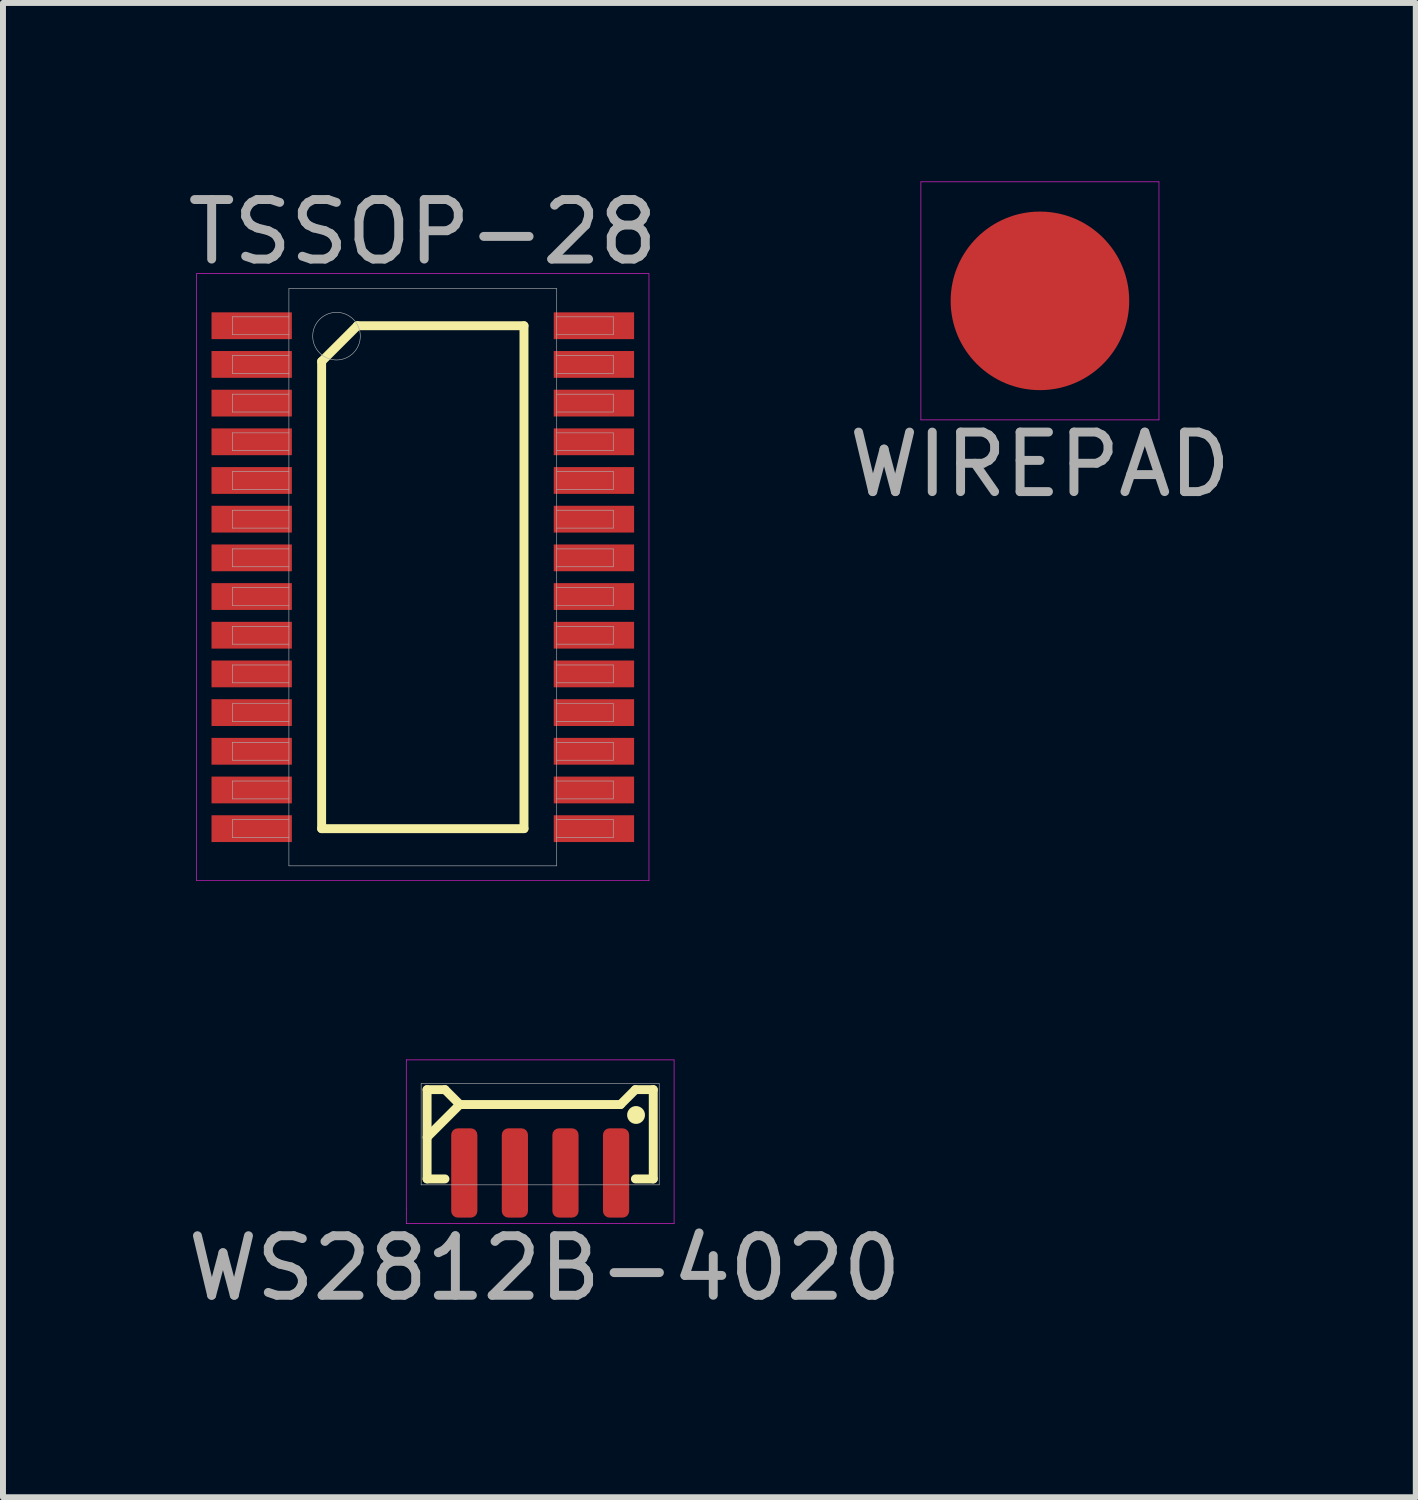
<source format=kicad_pcb>
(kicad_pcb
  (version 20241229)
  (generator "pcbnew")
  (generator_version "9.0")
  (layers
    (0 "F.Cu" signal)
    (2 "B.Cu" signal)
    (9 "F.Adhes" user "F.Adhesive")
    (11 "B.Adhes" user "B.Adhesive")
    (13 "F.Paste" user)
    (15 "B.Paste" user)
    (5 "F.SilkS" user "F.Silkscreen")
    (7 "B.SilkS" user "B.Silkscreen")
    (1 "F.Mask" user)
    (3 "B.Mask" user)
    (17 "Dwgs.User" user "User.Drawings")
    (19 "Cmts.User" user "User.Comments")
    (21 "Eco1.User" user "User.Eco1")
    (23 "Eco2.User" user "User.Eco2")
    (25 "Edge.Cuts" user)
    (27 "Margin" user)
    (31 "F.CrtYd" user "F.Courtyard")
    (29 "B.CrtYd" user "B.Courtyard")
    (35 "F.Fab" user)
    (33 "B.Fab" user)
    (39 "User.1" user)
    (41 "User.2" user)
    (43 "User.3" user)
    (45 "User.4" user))
  (footprint "TSSOP-28"
    (layer "F.Cu")
    (at 4.054 6.648)
    (property "Reference" "TSSOP-28" (at 0 -5.8 0) (layer "F.Fab") (effects (font (size 1 1) (thickness 0.15))))
    (attr through_hole)
    (fp_line (start -1.7 -3.625) (end -1.1 -4.225) (stroke (width 0.15) (type solid)) (layer "F.SilkS"))
    (fp_line (start -1.7 4.225) (end -1.7 -3.625) (stroke (width 0.15) (type solid)) (layer "F.SilkS"))
    (fp_line (start -1.1 -4.225) (end 1.7 -4.225) (stroke (width 0.15) (type solid)) (layer "F.SilkS"))
    (fp_line (start 1.7 -4.225) (end 1.7 4.225) (stroke (width 0.15) (type solid)) (layer "F.SilkS"))
    (fp_line (start 1.7 4.225) (end -1.7 4.225) (stroke (width 0.15) (type solid)) (layer "F.SilkS"))
    (fp_line (start -3.8 -5.1) (end 3.8 -5.1) (stroke (width 0.01) (type solid)) (layer "F.CrtYd"))
    (fp_line (start -3.8 5.1) (end -3.8 -5.1) (stroke (width 0.01) (type solid)) (layer "F.CrtYd"))
    (fp_line (start 3.8 -5.1) (end 3.8 5.1) (stroke (width 0.01) (type solid)) (layer "F.CrtYd"))
    (fp_line (start 3.8 5.1) (end -3.8 5.1) (stroke (width 0.01) (type solid)) (layer "F.CrtYd"))
    (fp_line (start -3.2 -4.375) (end -2.25 -4.375) (stroke (width 0.01) (type solid)) (layer "F.Fab"))
    (fp_line (start -3.2 -4.075) (end -3.2 -4.375) (stroke (width 0.01) (type solid)) (layer "F.Fab"))
    (fp_line (start -3.2 -3.725) (end -2.25 -3.725) (stroke (width 0.01) (type solid)) (layer "F.Fab"))
    (fp_line (start -3.2 -3.425) (end -3.2 -3.725) (stroke (width 0.01) (type solid)) (layer "F.Fab"))
    (fp_line (start -3.2 -3.075) (end -2.25 -3.075) (stroke (width 0.01) (type solid)) (layer "F.Fab"))
    (fp_line (start -3.2 -2.775) (end -3.2 -3.075) (stroke (width 0.01) (type solid)) (layer "F.Fab"))
    (fp_line (start -3.2 -2.425) (end -2.25 -2.425) (stroke (width 0.01) (type solid)) (layer "F.Fab"))
    (fp_line (start -3.2 -2.125) (end -3.2 -2.425) (stroke (width 0.01) (type solid)) (layer "F.Fab"))
    (fp_line (start -3.2 -1.775) (end -2.25 -1.775) (stroke (width 0.01) (type solid)) (layer "F.Fab"))
    (fp_line (start -3.2 -1.475) (end -3.2 -1.775) (stroke (width 0.01) (type solid)) (layer "F.Fab"))
    (fp_line (start -3.2 -1.125) (end -2.25 -1.125) (stroke (width 0.01) (type solid)) (layer "F.Fab"))
    (fp_line (start -3.2 -0.825) (end -3.2 -1.125) (stroke (width 0.01) (type solid)) (layer "F.Fab"))
    (fp_line (start -3.2 -0.475) (end -2.25 -0.475) (stroke (width 0.01) (type solid)) (layer "F.Fab"))
    (fp_line (start -3.2 -0.175) (end -3.2 -0.475) (stroke (width 0.01) (type solid)) (layer "F.Fab"))
    (fp_line (start -3.2 0.175) (end -2.25 0.175) (stroke (width 0.01) (type solid)) (layer "F.Fab"))
    (fp_line (start -3.2 0.475) (end -3.2 0.175) (stroke (width 0.01) (type solid)) (layer "F.Fab"))
    (fp_line (start -3.2 0.825) (end -2.25 0.825) (stroke (width 0.01) (type solid)) (layer "F.Fab"))
    (fp_line (start -3.2 1.125) (end -3.2 0.825) (stroke (width 0.01) (type solid)) (layer "F.Fab"))
    (fp_line (start -3.2 1.475) (end -2.25 1.475) (stroke (width 0.01) (type solid)) (layer "F.Fab"))
    (fp_line (start -3.2 1.775) (end -3.2 1.475) (stroke (width 0.01) (type solid)) (layer "F.Fab"))
    (fp_line (start -3.2 2.125) (end -2.25 2.125) (stroke (width 0.01) (type solid)) (layer "F.Fab"))
    (fp_line (start -3.2 2.425) (end -3.2 2.125) (stroke (width 0.01) (type solid)) (layer "F.Fab"))
    (fp_line (start -3.2 2.775) (end -2.25 2.775) (stroke (width 0.01) (type solid)) (layer "F.Fab"))
    (fp_line (start -3.2 3.075) (end -3.2 2.775) (stroke (width 0.01) (type solid)) (layer "F.Fab"))
    (fp_line (start -3.2 3.425) (end -2.25 3.425) (stroke (width 0.01) (type solid)) (layer "F.Fab"))
    (fp_line (start -3.2 3.725) (end -3.2 3.425) (stroke (width 0.01) (type solid)) (layer "F.Fab"))
    (fp_line (start -3.2 4.075) (end -2.25 4.075) (stroke (width 0.01) (type solid)) (layer "F.Fab"))
    (fp_line (start -3.2 4.375) (end -3.2 4.075) (stroke (width 0.01) (type solid)) (layer "F.Fab"))
    (fp_line (start -2.25 -4.85) (end 2.25 -4.85) (stroke (width 0.01) (type solid)) (layer "F.Fab"))
    (fp_line (start -2.25 -4.075) (end -3.2 -4.075) (stroke (width 0.01) (type solid)) (layer "F.Fab"))
    (fp_line (start -2.25 -3.425) (end -3.2 -3.425) (stroke (width 0.01) (type solid)) (layer "F.Fab"))
    (fp_line (start -2.25 -2.775) (end -3.2 -2.775) (stroke (width 0.01) (type solid)) (layer "F.Fab"))
    (fp_line (start -2.25 -2.125) (end -3.2 -2.125) (stroke (width 0.01) (type solid)) (layer "F.Fab"))
    (fp_line (start -2.25 -1.475) (end -3.2 -1.475) (stroke (width 0.01) (type solid)) (layer "F.Fab"))
    (fp_line (start -2.25 -0.825) (end -3.2 -0.825) (stroke (width 0.01) (type solid)) (layer "F.Fab"))
    (fp_line (start -2.25 -0.175) (end -3.2 -0.175) (stroke (width 0.01) (type solid)) (layer "F.Fab"))
    (fp_line (start -2.25 0.475) (end -3.2 0.475) (stroke (width 0.01) (type solid)) (layer "F.Fab"))
    (fp_line (start -2.25 1.125) (end -3.2 1.125) (stroke (width 0.01) (type solid)) (layer "F.Fab"))
    (fp_line (start -2.25 1.775) (end -3.2 1.775) (stroke (width 0.01) (type solid)) (layer "F.Fab"))
    (fp_line (start -2.25 2.425) (end -3.2 2.425) (stroke (width 0.01) (type solid)) (layer "F.Fab"))
    (fp_line (start -2.25 3.075) (end -3.2 3.075) (stroke (width 0.01) (type solid)) (layer "F.Fab"))
    (fp_line (start -2.25 3.725) (end -3.2 3.725) (stroke (width 0.01) (type solid)) (layer "F.Fab"))
    (fp_line (start -2.25 4.375) (end -3.2 4.375) (stroke (width 0.01) (type solid)) (layer "F.Fab"))
    (fp_line (start -2.25 4.85) (end -2.25 -4.85) (stroke (width 0.01) (type solid)) (layer "F.Fab"))
    (fp_line (start 2.25 -4.85) (end 2.25 4.85) (stroke (width 0.01) (type solid)) (layer "F.Fab"))
    (fp_line (start 2.25 -4.375) (end 3.2 -4.375) (stroke (width 0.01) (type solid)) (layer "F.Fab"))
    (fp_line (start 2.25 -3.725) (end 3.2 -3.725) (stroke (width 0.01) (type solid)) (layer "F.Fab"))
    (fp_line (start 2.25 -3.075) (end 3.2 -3.075) (stroke (width 0.01) (type solid)) (layer "F.Fab"))
    (fp_line (start 2.25 -2.425) (end 3.2 -2.425) (stroke (width 0.01) (type solid)) (layer "F.Fab"))
    (fp_line (start 2.25 -1.775) (end 3.2 -1.775) (stroke (width 0.01) (type solid)) (layer "F.Fab"))
    (fp_line (start 2.25 -1.125) (end 3.2 -1.125) (stroke (width 0.01) (type solid)) (layer "F.Fab"))
    (fp_line (start 2.25 -0.475) (end 3.2 -0.475) (stroke (width 0.01) (type solid)) (layer "F.Fab"))
    (fp_line (start 2.25 0.175) (end 3.2 0.175) (stroke (width 0.01) (type solid)) (layer "F.Fab"))
    (fp_line (start 2.25 0.825) (end 3.2 0.825) (stroke (width 0.01) (type solid)) (layer "F.Fab"))
    (fp_line (start 2.25 1.475) (end 3.2 1.475) (stroke (width 0.01) (type solid)) (layer "F.Fab"))
    (fp_line (start 2.25 2.125) (end 3.2 2.125) (stroke (width 0.01) (type solid)) (layer "F.Fab"))
    (fp_line (start 2.25 2.775) (end 3.2 2.775) (stroke (width 0.01) (type solid)) (layer "F.Fab"))
    (fp_line (start 2.25 3.425) (end 3.2 3.425) (stroke (width 0.01) (type solid)) (layer "F.Fab"))
    (fp_line (start 2.25 4.075) (end 3.2 4.075) (stroke (width 0.01) (type solid)) (layer "F.Fab"))
    (fp_line (start 2.25 4.85) (end -2.25 4.85) (stroke (width 0.01) (type solid)) (layer "F.Fab"))
    (fp_line (start 3.2 -4.375) (end 3.2 -4.075) (stroke (width 0.01) (type solid)) (layer "F.Fab"))
    (fp_line (start 3.2 -4.075) (end 2.25 -4.075) (stroke (width 0.01) (type solid)) (layer "F.Fab"))
    (fp_line (start 3.2 -3.725) (end 3.2 -3.425) (stroke (width 0.01) (type solid)) (layer "F.Fab"))
    (fp_line (start 3.2 -3.425) (end 2.25 -3.425) (stroke (width 0.01) (type solid)) (layer "F.Fab"))
    (fp_line (start 3.2 -3.075) (end 3.2 -2.775) (stroke (width 0.01) (type solid)) (layer "F.Fab"))
    (fp_line (start 3.2 -2.775) (end 2.25 -2.775) (stroke (width 0.01) (type solid)) (layer "F.Fab"))
    (fp_line (start 3.2 -2.425) (end 3.2 -2.125) (stroke (width 0.01) (type solid)) (layer "F.Fab"))
    (fp_line (start 3.2 -2.125) (end 2.25 -2.125) (stroke (width 0.01) (type solid)) (layer "F.Fab"))
    (fp_line (start 3.2 -1.775) (end 3.2 -1.475) (stroke (width 0.01) (type solid)) (layer "F.Fab"))
    (fp_line (start 3.2 -1.475) (end 2.25 -1.475) (stroke (width 0.01) (type solid)) (layer "F.Fab"))
    (fp_line (start 3.2 -1.125) (end 3.2 -0.825) (stroke (width 0.01) (type solid)) (layer "F.Fab"))
    (fp_line (start 3.2 -0.825) (end 2.25 -0.825) (stroke (width 0.01) (type solid)) (layer "F.Fab"))
    (fp_line (start 3.2 -0.475) (end 3.2 -0.175) (stroke (width 0.01) (type solid)) (layer "F.Fab"))
    (fp_line (start 3.2 -0.175) (end 2.25 -0.175) (stroke (width 0.01) (type solid)) (layer "F.Fab"))
    (fp_line (start 3.2 0.175) (end 3.2 0.475) (stroke (width 0.01) (type solid)) (layer "F.Fab"))
    (fp_line (start 3.2 0.475) (end 2.25 0.475) (stroke (width 0.01) (type solid)) (layer "F.Fab"))
    (fp_line (start 3.2 0.825) (end 3.2 1.125) (stroke (width 0.01) (type solid)) (layer "F.Fab"))
    (fp_line (start 3.2 1.125) (end 2.25 1.125) (stroke (width 0.01) (type solid)) (layer "F.Fab"))
    (fp_line (start 3.2 1.475) (end 3.2 1.775) (stroke (width 0.01) (type solid)) (layer "F.Fab"))
    (fp_line (start 3.2 1.775) (end 2.25 1.775) (stroke (width 0.01) (type solid)) (layer "F.Fab"))
    (fp_line (start 3.2 2.125) (end 3.2 2.425) (stroke (width 0.01) (type solid)) (layer "F.Fab"))
    (fp_line (start 3.2 2.425) (end 2.25 2.425) (stroke (width 0.01) (type solid)) (layer "F.Fab"))
    (fp_line (start 3.2 2.775) (end 3.2 3.075) (stroke (width 0.01) (type solid)) (layer "F.Fab"))
    (fp_line (start 3.2 3.075) (end 2.25 3.075) (stroke (width 0.01) (type solid)) (layer "F.Fab"))
    (fp_line (start 3.2 3.425) (end 3.2 3.725) (stroke (width 0.01) (type solid)) (layer "F.Fab"))
    (fp_line (start 3.2 3.725) (end 2.25 3.725) (stroke (width 0.01) (type solid)) (layer "F.Fab"))
    (fp_line (start 3.2 4.075) (end 3.2 4.375) (stroke (width 0.01) (type solid)) (layer "F.Fab"))
    (fp_line (start 3.2 4.375) (end 2.25 4.375) (stroke (width 0.01) (type solid)) (layer "F.Fab"))
    (fp_circle (center -1.45 -4.05) (end -1.45 -3.65) (stroke (width 0.01) (type solid)) (fill no) (layer "F.Fab"))
    (pad "1" smd rect (at -2.875 -4.225) (size 1.35 0.45) (layers "F.Cu" "F.Mask" "F.Paste"))
    (pad "2" smd rect (at -2.875 -3.575) (size 1.35 0.45) (layers "F.Cu" "F.Mask" "F.Paste"))
    (pad "3" smd rect (at -2.875 -2.925) (size 1.35 0.45) (layers "F.Cu" "F.Mask" "F.Paste"))
    (pad "4" smd rect (at -2.875 -2.275) (size 1.35 0.45) (layers "F.Cu" "F.Mask" "F.Paste"))
    (pad "5" smd rect (at -2.875 -1.625) (size 1.35 0.45) (layers "F.Cu" "F.Mask" "F.Paste"))
    (pad "6" smd rect (at -2.875 -0.975) (size 1.35 0.45) (layers "F.Cu" "F.Mask" "F.Paste"))
    (pad "7" smd rect (at -2.875 -0.325) (size 1.35 0.45) (layers "F.Cu" "F.Mask" "F.Paste"))
    (pad "8" smd rect (at -2.875 0.325) (size 1.35 0.45) (layers "F.Cu" "F.Mask" "F.Paste"))
    (pad "9" smd rect (at -2.875 0.975) (size 1.35 0.45) (layers "F.Cu" "F.Mask" "F.Paste"))
    (pad "10" smd rect (at -2.875 1.625) (size 1.35 0.45) (layers "F.Cu" "F.Mask" "F.Paste"))
    (pad "11" smd rect (at -2.875 2.275) (size 1.35 0.45) (layers "F.Cu" "F.Mask" "F.Paste"))
    (pad "12" smd rect (at -2.875 2.925) (size 1.35 0.45) (layers "F.Cu" "F.Mask" "F.Paste"))
    (pad "13" smd rect (at -2.875 3.575) (size 1.35 0.45) (layers "F.Cu" "F.Mask" "F.Paste"))
    (pad "14" smd rect (at -2.875 4.225) (size 1.35 0.45) (layers "F.Cu" "F.Mask" "F.Paste"))
    (pad "15" smd rect (at 2.875 4.225) (size 1.35 0.45) (layers "F.Cu" "F.Mask" "F.Paste"))
    (pad "16" smd rect (at 2.875 3.575) (size 1.35 0.45) (layers "F.Cu" "F.Mask" "F.Paste"))
    (pad "17" smd rect (at 2.875 2.925) (size 1.35 0.45) (layers "F.Cu" "F.Mask" "F.Paste"))
    (pad "18" smd rect (at 2.875 2.275) (size 1.35 0.45) (layers "F.Cu" "F.Mask" "F.Paste"))
    (pad "19" smd rect (at 2.875 1.625) (size 1.35 0.45) (layers "F.Cu" "F.Mask" "F.Paste"))
    (pad "20" smd rect (at 2.875 0.975) (size 1.35 0.45) (layers "F.Cu" "F.Mask" "F.Paste"))
    (pad "21" smd rect (at 2.875 0.325) (size 1.35 0.45) (layers "F.Cu" "F.Mask" "F.Paste"))
    (pad "22" smd rect (at 2.875 -0.325) (size 1.35 0.45) (layers "F.Cu" "F.Mask" "F.Paste"))
    (pad "23" smd rect (at 2.875 -0.975) (size 1.35 0.45) (layers "F.Cu" "F.Mask" "F.Paste"))
    (pad "24" smd rect (at 2.875 -1.625) (size 1.35 0.45) (layers "F.Cu" "F.Mask" "F.Paste"))
    (pad "25" smd rect (at 2.875 -2.275) (size 1.35 0.45) (layers "F.Cu" "F.Mask" "F.Paste"))
    (pad "26" smd rect (at 2.875 -2.925) (size 1.35 0.45) (layers "F.Cu" "F.Mask" "F.Paste"))
    (pad "27" smd rect (at 2.875 -3.575) (size 1.35 0.45) (layers "F.Cu" "F.Mask" "F.Paste"))
    (pad "28" smd rect (at 2.875 -4.225) (size 1.35 0.45) (layers "F.Cu" "F.Mask" "F.Paste")))
  (footprint "WIREPAD"
    (layer "F.Cu")
    (at 14.423 2.005)
    (property "Reference" "WIREPAD" (at 0 2.75 0) (layer "F.Fab") (effects (font (size 1 1) (thickness 0.15))))
    (attr through_hole)
    (fp_line (start -2 -2) (end 2 -2) (stroke (width 0.01) (type solid)) (layer "F.CrtYd"))
    (fp_line (start -2 2) (end -2 -2) (stroke (width 0.01) (type solid)) (layer "F.CrtYd"))
    (fp_line (start 2 -2) (end 2 2) (stroke (width 0.01) (type solid)) (layer "F.CrtYd"))
    (fp_line (start 2 2) (end -2 2) (stroke (width 0.01) (type solid)) (layer "F.CrtYd"))
    (pad "1" smd circle (at 0 0) (size 3 3) (layers "F.Cu" "F.Mask")))
  (footprint "WS2812B-4020"
    (layer "F.Cu")
    (at 6.026 16.008)
    (property "Reference" "WS2812B-4020" (at 0.075 2.25 0) (layer "F.Fab") (effects (font (size 1 1) (thickness 0.15))))
    (attr through_hole)
    (fp_line (start -1.9 -0.75) (end -1.6 -0.75) (stroke (width 0.15) (type solid)) (layer "F.SilkS"))
    (fp_line (start -1.9 0.75) (end -1.9 -0.75) (stroke (width 0.15) (type solid)) (layer "F.SilkS"))
    (fp_line (start -1.9 0.75) (end -1.6 0.75) (stroke (width 0.15) (type solid)) (layer "F.SilkS"))
    (fp_line (start -1.6 -0.75) (end -1.35 -0.5) (stroke (width 0.15) (type solid)) (layer "F.SilkS"))
    (fp_line (start -1.35 -0.5) (end -1.9 0.05) (stroke (width 0.15) (type solid)) (layer "F.SilkS"))
    (fp_line (start -1.35 -0.5) (end 1.35 -0.5) (stroke (width 0.15) (type solid)) (layer "F.SilkS"))
    (fp_line (start 1.6 -0.75) (end 1.35 -0.5) (stroke (width 0.15) (type solid)) (layer "F.SilkS"))
    (fp_line (start 1.9 -0.75) (end 1.6 -0.75) (stroke (width 0.15) (type solid)) (layer "F.SilkS"))
    (fp_line (start 1.9 -0.75) (end 1.9 0.75) (stroke (width 0.15) (type solid)) (layer "F.SilkS"))
    (fp_line (start 1.9 0.75) (end 1.6 0.75) (stroke (width 0.15) (type solid)) (layer "F.SilkS"))
    (fp_circle (center 1.611 -0.324) (end 1.686 -0.324) (stroke (width 0.15) (type solid)) (fill no) (layer "F.SilkS"))
    (fp_line (start -2.25 -1.25) (end -2.25 1.25) (stroke (width 0.01) (type solid)) (layer "F.CrtYd"))
    (fp_line (start -2.25 1.25) (end -2.25 1.5) (stroke (width 0.01) (type solid)) (layer "F.CrtYd"))
    (fp_line (start -2.25 1.5) (end 2.25 1.5) (stroke (width 0.01) (type solid)) (layer "F.CrtYd"))
    (fp_line (start 2.25 -1.25) (end -2.25 -1.25) (stroke (width 0.01) (type solid)) (layer "F.CrtYd"))
    (fp_line (start 2.25 1.5) (end 2.25 -1.25) (stroke (width 0.01) (type solid)) (layer "F.CrtYd"))
    (fp_line (start -2 -0.85) (end -2 0.85) (stroke (width 0.01) (type solid)) (layer "F.Fab"))
    (fp_line (start -2 0.85) (end 2 0.85) (stroke (width 0.01) (type solid)) (layer "F.Fab"))
    (fp_line (start 2 -0.85) (end -2 -0.85) (stroke (width 0.01) (type solid)) (layer "F.Fab"))
    (fp_line (start 2 0.85) (end 2 -0.85) (stroke (width 0.01) (type solid)) (layer "F.Fab"))
    (pad "1" smd roundrect (at 1.275 0.65) (size 0.44 1.5) (layers "F.Cu" "F.Mask" "F.Paste") (roundrect_rratio 0.25))
    (pad "2" smd roundrect (at 0.425 0.65) (size 0.44 1.5) (layers "F.Cu" "F.Mask" "F.Paste") (roundrect_rratio 0.25))
    (pad "3" smd roundrect (at -0.425 0.65) (size 0.44 1.5) (layers "F.Cu" "F.Mask" "F.Paste") (roundrect_rratio 0.25))
    (pad "4" smd roundrect (at -1.275 0.65) (size 0.44 1.5) (layers "F.Cu" "F.Mask" "F.Paste") (roundrect_rratio 0.25)))
  (gr_rect
    (start -3 -3)
    (end 20.738 22.107)
    (stroke (width 0.1) (type default))
    (fill no)
    (layer "Edge.Cuts")))
</source>
